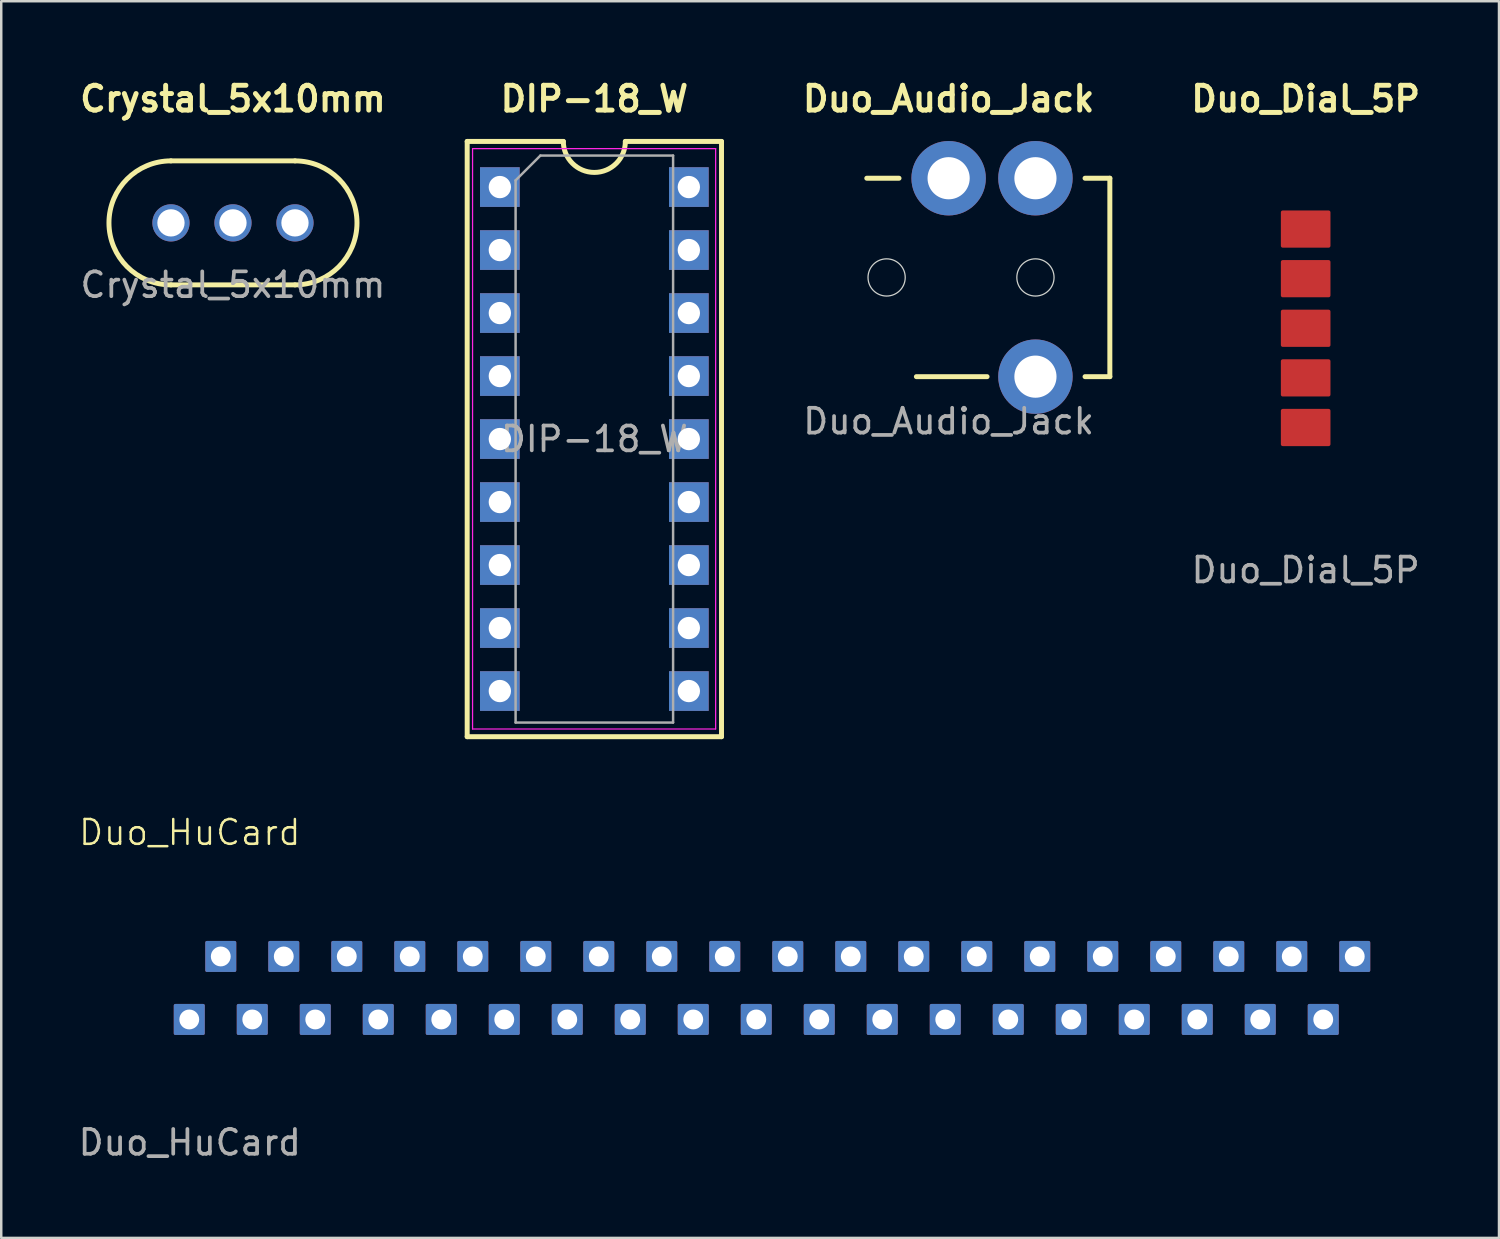
<source format=kicad_pcb>
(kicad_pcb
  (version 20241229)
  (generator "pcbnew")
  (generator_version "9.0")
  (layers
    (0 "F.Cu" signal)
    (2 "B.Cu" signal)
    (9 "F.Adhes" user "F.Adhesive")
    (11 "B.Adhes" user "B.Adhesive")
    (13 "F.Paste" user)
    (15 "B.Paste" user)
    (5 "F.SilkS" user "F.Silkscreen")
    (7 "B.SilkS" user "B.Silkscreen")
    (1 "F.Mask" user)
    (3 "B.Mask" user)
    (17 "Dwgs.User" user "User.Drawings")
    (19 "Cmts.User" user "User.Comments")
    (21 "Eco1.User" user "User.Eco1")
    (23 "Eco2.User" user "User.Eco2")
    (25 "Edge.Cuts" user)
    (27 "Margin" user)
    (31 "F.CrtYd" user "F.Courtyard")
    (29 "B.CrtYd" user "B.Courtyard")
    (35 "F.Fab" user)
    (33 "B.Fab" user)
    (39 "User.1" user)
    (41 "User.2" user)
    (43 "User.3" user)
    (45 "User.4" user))
  (footprint "DIP-18_W"
    (layer "F.Cu")
    (at 17.103 4.492)
    (property "Reference" "DIP-18_W" (at 3.81 -3.556 0) (layer "F.SilkS") (effects (font (size 1 1) (thickness 0.2) (bold yes))))
    (attr through_hole)
    (fp_line (start -1.317 -1.84) (end 2.56 -1.84) (stroke (width 0.2) (type default)) (layer "F.SilkS"))
    (fp_line (start -1.317 22.16) (end -1.317 -1.84) (stroke (width 0.2) (type default)) (layer "F.SilkS"))
    (fp_line (start 5.06 -1.84) (end 8.937 -1.84) (stroke (width 0.2) (type default)) (layer "F.SilkS"))
    (fp_line (start 8.937 -1.84) (end 8.937 22.16) (stroke (width 0.2) (type default)) (layer "F.SilkS"))
    (fp_line (start 8.937 22.16) (end -1.317 22.16) (stroke (width 0.2) (type default)) (layer "F.SilkS"))
    (fp_arc (start 5.06 -1.84) (mid 3.81 -0.59) (end 2.56 -1.84) (stroke (width 0.2) (type default)) (layer "F.SilkS"))
    (fp_line (start -1.1 -1.55) (end -1.1 21.85) (stroke (width 0.05) (type solid)) (layer "F.CrtYd"))
    (fp_line (start -1.1 21.85) (end 8.7 21.85) (stroke (width 0.05) (type solid)) (layer "F.CrtYd"))
    (fp_line (start 8.7 -1.55) (end -1.1 -1.55) (stroke (width 0.05) (type solid)) (layer "F.CrtYd"))
    (fp_line (start 8.7 21.85) (end 8.7 -1.55) (stroke (width 0.05) (type solid)) (layer "F.CrtYd"))
    (fp_line (start 0.635 -0.27) (end 1.635 -1.27) (stroke (width 0.1) (type solid)) (layer "F.Fab"))
    (fp_line (start 0.635 21.59) (end 0.635 -0.27) (stroke (width 0.1) (type solid)) (layer "F.Fab"))
    (fp_line (start 1.635 -1.27) (end 6.985 -1.27) (stroke (width 0.1) (type solid)) (layer "F.Fab"))
    (fp_line (start 6.985 -1.27) (end 6.985 21.59) (stroke (width 0.1) (type solid)) (layer "F.Fab"))
    (fp_line (start 6.985 21.59) (end 0.635 21.59) (stroke (width 0.1) (type solid)) (layer "F.Fab"))
    (fp_text user "${REFERENCE}" (at 3.81 10.16 0) (layer "F.Fab") (effects (font (size 1 1) (thickness 0.15))))
    (pad "1" thru_hole rect (at 0 0) (size 1.6 1.6) (drill 0.9) (layers "*.Cu" "*.Mask"))
    (pad "2" thru_hole rect (at 0 2.54) (size 1.6 1.6) (drill 0.9) (layers "*.Cu" "*.Mask"))
    (pad "3" thru_hole rect (at 0 5.08) (size 1.6 1.6) (drill 0.9) (layers "*.Cu" "*.Mask"))
    (pad "4" thru_hole rect (at 0 7.62) (size 1.6 1.6) (drill 0.9) (layers "*.Cu" "*.Mask"))
    (pad "5" thru_hole rect (at 0 10.16) (size 1.6 1.6) (drill 0.9) (layers "*.Cu" "*.Mask"))
    (pad "6" thru_hole rect (at 0 12.7) (size 1.6 1.6) (drill 0.9) (layers "*.Cu" "*.Mask"))
    (pad "7" thru_hole rect (at 0 15.24) (size 1.6 1.6) (drill 0.9) (layers "*.Cu" "*.Mask"))
    (pad "8" thru_hole rect (at 0 17.78) (size 1.6 1.6) (drill 0.9) (layers "*.Cu" "*.Mask"))
    (pad "9" thru_hole rect (at 0 20.32) (size 1.6 1.6) (drill 0.9) (layers "*.Cu" "*.Mask"))
    (pad "10" thru_hole rect (at 7.62 20.32) (size 1.6 1.6) (drill 0.9) (layers "*.Cu" "*.Mask"))
    (pad "11" thru_hole rect (at 7.62 17.78) (size 1.6 1.6) (drill 0.9) (layers "*.Cu" "*.Mask"))
    (pad "12" thru_hole rect (at 7.62 15.24) (size 1.6 1.6) (drill 0.9) (layers "*.Cu" "*.Mask"))
    (pad "13" thru_hole rect (at 7.62 12.7) (size 1.6 1.6) (drill 0.9) (layers "*.Cu" "*.Mask"))
    (pad "14" thru_hole rect (at 7.62 10.16) (size 1.6 1.6) (drill 0.9) (layers "*.Cu" "*.Mask"))
    (pad "15" thru_hole rect (at 7.62 7.62) (size 1.6 1.6) (drill 0.9) (layers "*.Cu" "*.Mask"))
    (pad "16" thru_hole rect (at 7.62 5.08) (size 1.6 1.6) (drill 0.9) (layers "*.Cu" "*.Mask"))
    (pad "17" thru_hole rect (at 7.62 2.54) (size 1.6 1.6) (drill 0.9) (layers "*.Cu" "*.Mask"))
    (pad "18" thru_hole rect (at 7.62 0) (size 1.6 1.6) (drill 0.9) (layers "*.Cu" "*.Mask")))
  (footprint "Crystal_5x10mm"
    (layer "F.Cu")
    (at 6.343 5.936)
    (property "Reference" "Crystal_5x10mm" (at 0 -5 0) (unlocked yes) (layer "F.SilkS") (effects (font (size 1 1) (thickness 0.2) (bold yes))))
    (attr through_hole)
    (fp_line (start -2.5 -2.5) (end 2.5 -2.5) (stroke (width 0.2) (type default)) (layer "F.SilkS"))
    (fp_line (start -2.5 2.5) (end 2.5 2.5) (stroke (width 0.2) (type default)) (layer "F.SilkS"))
    (fp_arc (start -2.5 2.5) (mid -5 0) (end -2.5 -2.5) (stroke (width 0.2) (type default)) (layer "F.SilkS"))
    (fp_arc (start 2.5 -2.5) (mid 5 0) (end 2.5 2.5) (stroke (width 0.2) (type default)) (layer "F.SilkS"))
    (fp_text user "${REFERENCE}" (at 0 2.5 0) (unlocked yes) (layer "F.Fab") (effects (font (size 1 1) (thickness 0.15))))
    (pad "1" thru_hole circle (at -2.5 0) (size 1.5 1.5) (drill 1.1) (layers "*.Cu" "*.Mask"))
    (pad "2" thru_hole circle (at 0 0) (size 1.5 1.5) (drill 1.1) (layers "*.Cu" "*.Mask"))
    (pad "3" thru_hole circle (at 2.5 0) (size 1.5 1.5) (drill 1.1) (layers "*.Cu" "*.Mask")))
  (footprint "Duo_Dial_5P"
    (layer "F.Cu")
    (at 49.592 10.186)
    (property "Reference" "Duo_Dial_5P" (at 0 -9.25 0) (unlocked yes) (layer "F.SilkS") (effects (font (size 1 1) (thickness 0.2))))
    (attr smd)
    (fp_text user "${REFERENCE}" (at 0 9.75 0) (unlocked yes) (layer "F.Fab") (effects (font (size 1 1) (thickness 0.15))))
    (pad "1" smd roundrect (at 0 4 180) (size 2 1.5) (layers "F.Cu" "F.Mask" "F.Paste") (roundrect_rratio 0.05))
    (pad "2" smd roundrect (at 0 2 180) (size 2 1.5) (layers "F.Cu" "F.Mask" "F.Paste") (roundrect_rratio 0.05))
    (pad "3" smd roundrect (at 0 0 180) (size 2 1.5) (layers "F.Cu" "F.Mask" "F.Paste") (roundrect_rratio 0.05))
    (pad "4" smd roundrect (at 0 -2 180) (size 2 1.5) (layers "F.Cu" "F.Mask" "F.Paste") (roundrect_rratio 0.05))
    (pad "5" smd roundrect (at 0 -4 180) (size 2 1.5) (layers "F.Cu" "F.Mask" "F.Paste") (roundrect_rratio 0.05)))
  (footprint "Duo_Audio_Jack"
    (layer "F.Cu")
    (at 35.197 4.136)
    (property "Reference" "Duo_Audio_Jack" (at 0 -3.2 0) (unlocked yes) (layer "F.SilkS") (effects (font (size 1 1) (thickness 0.2))))
    (attr through_hole)
    (fp_line (start -2 0) (end -3.3 0) (stroke (width 0.2) (type default)) (layer "F.SilkS"))
    (fp_line (start -1.3 8) (end 1.55 8) (stroke (width 0.2) (type default)) (layer "F.SilkS"))
    (fp_line (start 5.5 0) (end 6.5 0) (stroke (width 0.2) (type default)) (layer "F.SilkS"))
    (fp_line (start 5.5 8) (end 6.5 8) (stroke (width 0.2) (type default)) (layer "F.SilkS"))
    (fp_line (start 6.5 0) (end 6.5 8) (stroke (width 0.2) (type default)) (layer "F.SilkS"))
    (fp_circle (center -2.5 4) (end -1.75 4) (stroke (width 0.05) (type default)) (fill no) (layer "Edge.Cuts"))
    (fp_circle (center 3.5 4) (end 4.25 4) (stroke (width 0.05) (type default)) (fill no) (layer "Edge.Cuts"))
    (fp_text user "${REFERENCE}" (at 0 9.8 0) (unlocked yes) (layer "F.Fab") (effects (font (size 1 1) (thickness 0.15))))
    (pad "R" thru_hole circle (at 0 0) (size 3 3) (drill 1.7) (layers "*.Cu" "*.Mask"))
    (pad "T" thru_hole circle (at 3.5 0) (size 3 3) (drill 1.7) (layers "*.Cu" "*.Mask"))
    (pad "T" thru_hole circle (at 3.5 8) (size 3 3) (drill 1.7) (layers "*.Cu" "*.Mask")))
  (footprint "Duo_HuCard"
    (layer "F.Cu")
    (at 4.601 35.513)
    (property "Reference" "Duo_HuCard" (at 0 -5 0) (unlocked yes) (layer "F.SilkS") (effects (font (size 1 1) (thickness 0.1))))
    (attr through_hole)
    (fp_text user "${REFERENCE}" (at 0 7.5 0) (unlocked yes) (layer "F.Fab") (effects (font (size 1 1) (thickness 0.15))))
    (pad "1" thru_hole roundrect (at 46.97 0) (size 1.25 1.25) (drill 0.8) (layers "*.Cu" "*.Mask") (roundrect_rratio 0.05))
    (pad "2" thru_hole roundrect (at 45.7 2.54) (size 1.25 1.25) (drill 0.8) (layers "*.Cu" "*.Mask") (roundrect_rratio 0.05))
    (pad "3" thru_hole roundrect (at 44.43 0) (size 1.25 1.25) (drill 0.8) (layers "*.Cu" "*.Mask") (roundrect_rratio 0.05))
    (pad "4" thru_hole roundrect (at 43.16 2.54) (size 1.25 1.25) (drill 0.8) (layers "*.Cu" "*.Mask") (roundrect_rratio 0.05))
    (pad "5" thru_hole roundrect (at 41.89 0) (size 1.25 1.25) (drill 0.8) (layers "*.Cu" "*.Mask") (roundrect_rratio 0.05))
    (pad "6" thru_hole roundrect (at 40.62 2.54) (size 1.25 1.25) (drill 0.8) (layers "*.Cu" "*.Mask") (roundrect_rratio 0.05))
    (pad "7" thru_hole roundrect (at 39.35 0) (size 1.25 1.25) (drill 0.8) (layers "*.Cu" "*.Mask") (roundrect_rratio 0.05))
    (pad "8" thru_hole roundrect (at 38.08 2.54) (size 1.25 1.25) (drill 0.8) (layers "*.Cu" "*.Mask") (roundrect_rratio 0.05))
    (pad "9" thru_hole roundrect (at 36.81 0) (size 1.25 1.25) (drill 0.8) (layers "*.Cu" "*.Mask") (roundrect_rratio 0.05))
    (pad "10" thru_hole roundrect (at 35.54 2.54) (size 1.25 1.25) (drill 0.8) (layers "*.Cu" "*.Mask") (roundrect_rratio 0.05))
    (pad "11" thru_hole roundrect (at 34.27 0) (size 1.25 1.25) (drill 0.8) (layers "*.Cu" "*.Mask") (roundrect_rratio 0.05))
    (pad "12" thru_hole roundrect (at 33 2.54) (size 1.25 1.25) (drill 0.8) (layers "*.Cu" "*.Mask") (roundrect_rratio 0.05))
    (pad "13" thru_hole roundrect (at 31.73 0) (size 1.25 1.25) (drill 0.8) (layers "*.Cu" "*.Mask") (roundrect_rratio 0.05))
    (pad "14" thru_hole roundrect (at 30.46 2.54) (size 1.25 1.25) (drill 0.8) (layers "*.Cu" "*.Mask") (roundrect_rratio 0.05))
    (pad "15" thru_hole roundrect (at 29.19 0) (size 1.25 1.25) (drill 0.8) (layers "*.Cu" "*.Mask") (roundrect_rratio 0.05))
    (pad "16" thru_hole roundrect (at 27.92 2.54) (size 1.25 1.25) (drill 0.8) (layers "*.Cu" "*.Mask") (roundrect_rratio 0.05))
    (pad "17" thru_hole roundrect (at 26.65 0) (size 1.25 1.25) (drill 0.8) (layers "*.Cu" "*.Mask") (roundrect_rratio 0.05))
    (pad "18" thru_hole roundrect (at 25.38 2.54) (size 1.25 1.25) (drill 0.8) (layers "*.Cu" "*.Mask") (roundrect_rratio 0.05))
    (pad "19" thru_hole roundrect (at 24.11 0) (size 1.25 1.25) (drill 0.8) (layers "*.Cu" "*.Mask") (roundrect_rratio 0.05))
    (pad "20" thru_hole roundrect (at 22.84 2.54) (size 1.25 1.25) (drill 0.8) (layers "*.Cu" "*.Mask") (roundrect_rratio 0.05))
    (pad "21" thru_hole roundrect (at 21.57 0) (size 1.25 1.25) (drill 0.8) (layers "*.Cu" "*.Mask") (roundrect_rratio 0.05))
    (pad "22" thru_hole roundrect (at 20.3 2.54) (size 1.25 1.25) (drill 0.8) (layers "*.Cu" "*.Mask") (roundrect_rratio 0.05))
    (pad "23" thru_hole roundrect (at 19.03 0) (size 1.25 1.25) (drill 0.8) (layers "*.Cu" "*.Mask") (roundrect_rratio 0.05))
    (pad "24" thru_hole roundrect (at 17.76 2.54) (size 1.25 1.25) (drill 0.8) (layers "*.Cu" "*.Mask") (roundrect_rratio 0.05))
    (pad "25" thru_hole roundrect (at 16.49 0) (size 1.25 1.25) (drill 0.8) (layers "*.Cu" "*.Mask") (roundrect_rratio 0.05))
    (pad "26" thru_hole roundrect (at 15.22 2.54) (size 1.25 1.25) (drill 0.8) (layers "*.Cu" "*.Mask") (roundrect_rratio 0.05))
    (pad "27" thru_hole roundrect (at 13.95 0) (size 1.25 1.25) (drill 0.8) (layers "*.Cu" "*.Mask") (roundrect_rratio 0.05))
    (pad "28" thru_hole roundrect (at 12.68 2.54) (size 1.25 1.25) (drill 0.8) (layers "*.Cu" "*.Mask") (roundrect_rratio 0.05))
    (pad "29" thru_hole roundrect (at 11.41 0) (size 1.25 1.25) (drill 0.8) (layers "*.Cu" "*.Mask") (roundrect_rratio 0.05))
    (pad "30" thru_hole roundrect (at 10.14 2.54) (size 1.25 1.25) (drill 0.8) (layers "*.Cu" "*.Mask") (roundrect_rratio 0.05))
    (pad "31" thru_hole roundrect (at 8.87 0) (size 1.25 1.25) (drill 0.8) (layers "*.Cu" "*.Mask") (roundrect_rratio 0.05))
    (pad "32" thru_hole roundrect (at 7.6 2.54) (size 1.25 1.25) (drill 0.8) (layers "*.Cu" "*.Mask") (roundrect_rratio 0.05))
    (pad "33" thru_hole roundrect (at 6.33 0) (size 1.25 1.25) (drill 0.8) (layers "*.Cu" "*.Mask") (roundrect_rratio 0.05))
    (pad "34" thru_hole roundrect (at 5.06 2.54) (size 1.25 1.25) (drill 0.8) (layers "*.Cu" "*.Mask") (roundrect_rratio 0.05))
    (pad "35" thru_hole roundrect (at 3.79 0) (size 1.25 1.25) (drill 0.8) (layers "*.Cu" "*.Mask") (roundrect_rratio 0.05))
    (pad "36" thru_hole roundrect (at 2.52 2.54) (size 1.25 1.25) (drill 0.8) (layers "*.Cu" "*.Mask") (roundrect_rratio 0.05))
    (pad "37" thru_hole roundrect (at 1.25 0) (size 1.25 1.25) (drill 0.8) (layers "*.Cu" "*.Mask") (roundrect_rratio 0.05))
    (pad "38" thru_hole roundrect (at -0.02 2.54) (size 1.25 1.25) (drill 0.8) (layers "*.Cu" "*.Mask") (roundrect_rratio 0.05)))
  (gr_rect
    (start -3 -3)
    (end 57.387 46.861)
    (stroke (width 0.1) (type default))
    (fill no)
    (layer "Edge.Cuts")))
</source>
